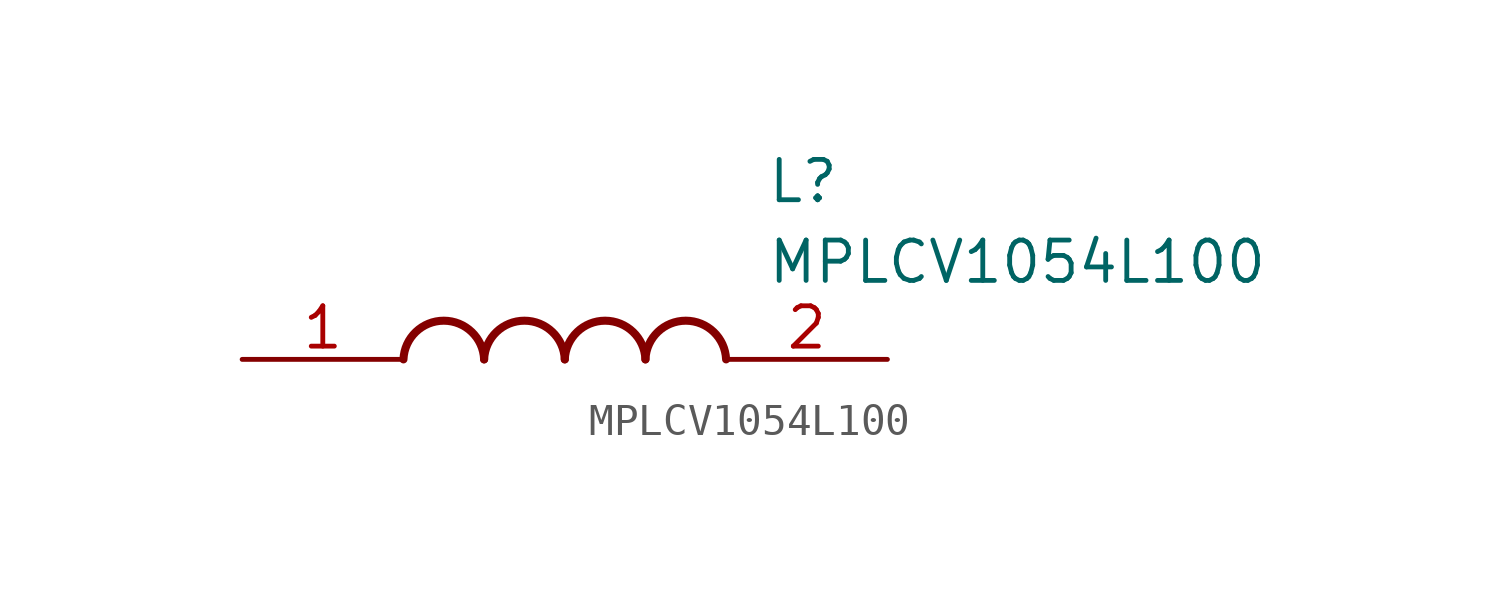
<source format=kicad_sym>
(kicad_symbol_lib
  (version 20211014)
  (generator SamacSys_ECAD_Model)
  (symbol "MPLCV1054L100"
    (pin_names hide)
    (property "Reference" "L"
      (at 16.51 6.35 0)
      (effects (font (size 1.27 1.27)) (justify left top)))
    (property "Value" "MPLCV1054L100"
      (at 16.51 3.81 0)
      (effects (font (size 1.27 1.27)) (justify left top)))
    (arc
      (start 7.62 0)
      (mid 6.35 1.219)
      (end 5.08 0)
      (stroke (width 0.254) (type default))
      (fill (type none)))
    (arc
      (start 10.16 0)
      (mid 8.89 1.219)
      (end 7.62 0)
      (stroke (width 0.254) (type default))
      (fill (type none)))
    (arc
      (start 12.7 0)
      (mid 11.43 1.219)
      (end 10.16 0)
      (stroke (width 0.254) (type default))
      (fill (type none)))
    (arc
      (start 15.24 0)
      (mid 13.97 1.219)
      (end 12.7 0)
      (stroke (width 0.254) (type default))
      (fill (type none)))
    (pin passive line
      (at 0 0 0)
      (length 5.08)
      (name "1" (effects (font (size 1.27 1.27))))
      (number "1" (effects (font (size 1.27 1.27)))))
    (pin passive line
      (at 20.32 0 180)
      (length 5.08)
      (name "2" (effects (font (size 1.27 1.27))))
      (number "2" (effects (font (size 1.27 1.27)))))))
</source>
